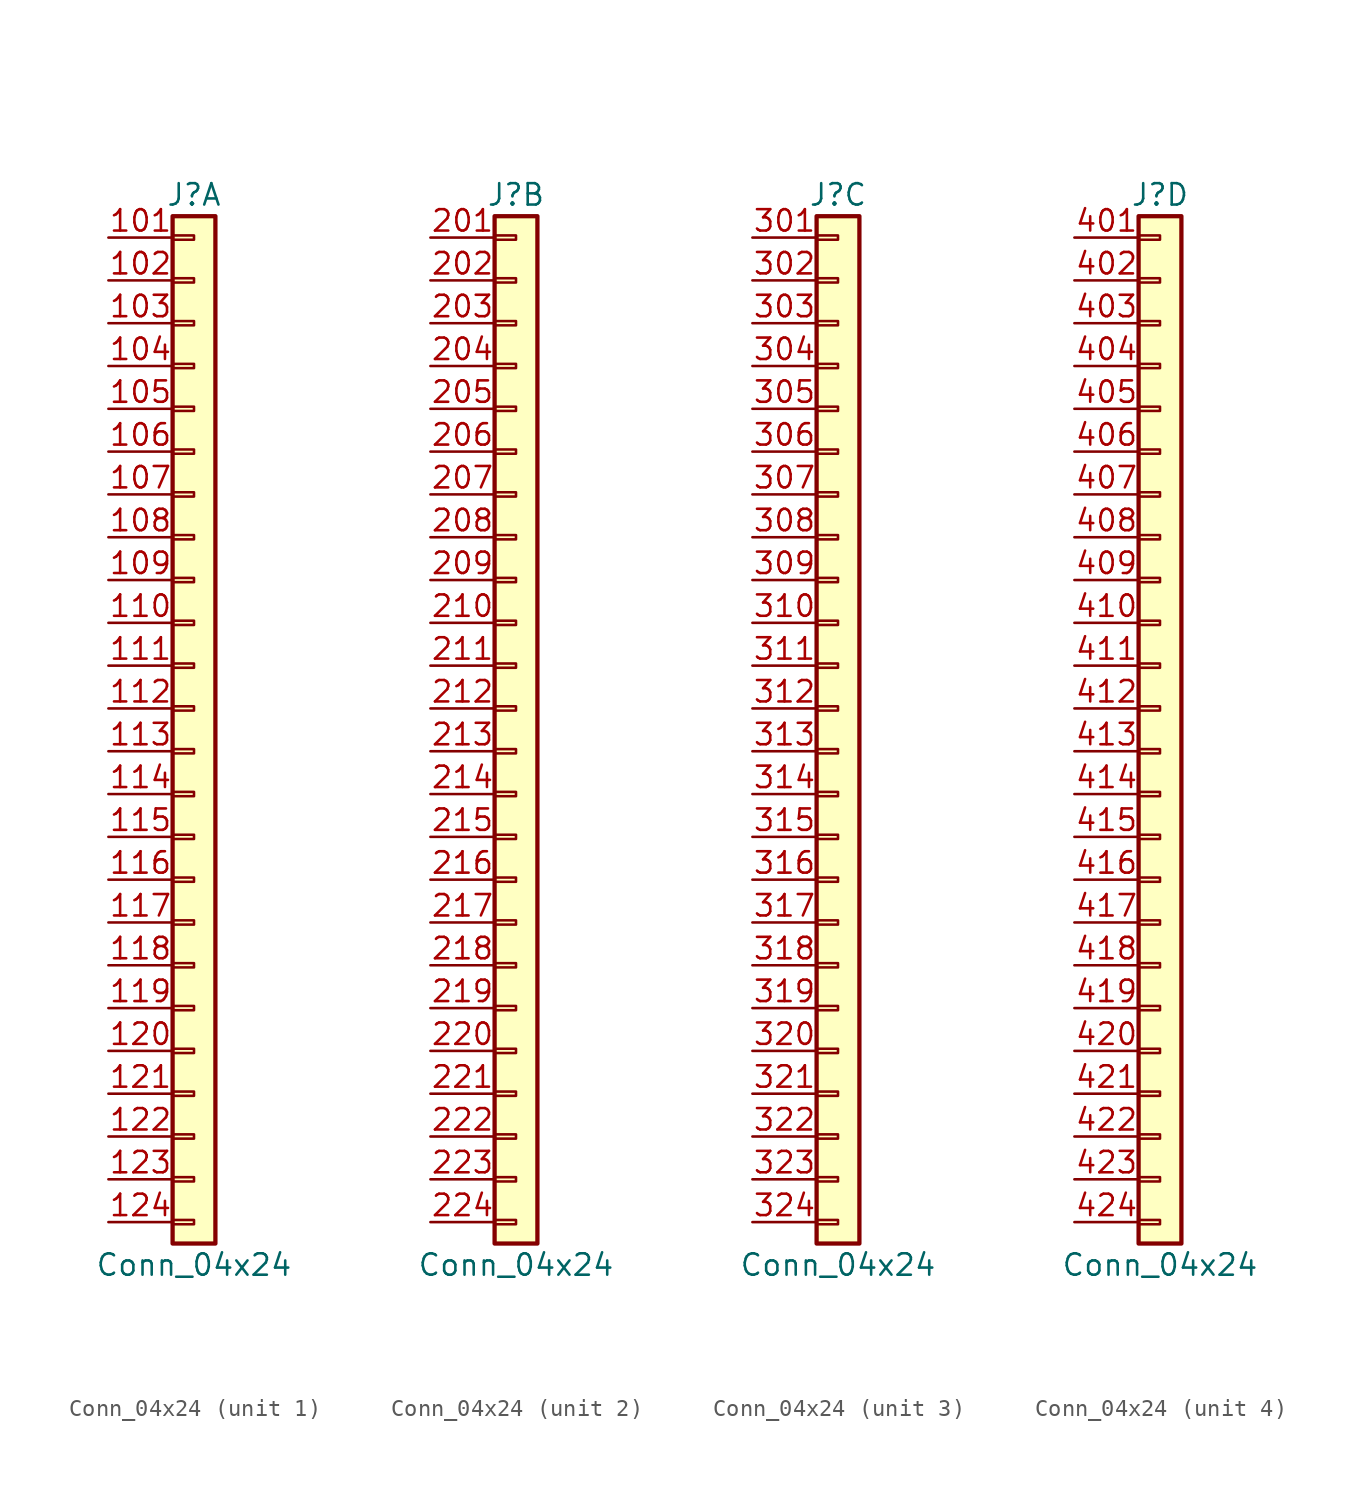
<source format=kicad_sym>
(kicad_symbol_lib
  (version 20211014)
  (generator kicad_symbol_editor)
  (symbol "Conn_04x24"
    (pin_names
      (offset 1.016) hide)
    (property "Reference" "J"
      (at 0 30.48 0)
      (effects (font (size 1.27 1.27))))
    (property "Value" "Conn_04x24"
      (at 0 -33.02 0)
      (effects (font (size 1.27 1.27))))
    (symbol "Conn_04x24_1_1"
      (rectangle (start -1.27 -30.353) (end 0 -30.607) (stroke (width 0.152) (type default) (color 0 0 0 0)) (fill (type none)))
      (rectangle (start -1.27 -27.813) (end 0 -28.067) (stroke (width 0.152) (type default) (color 0 0 0 0)) (fill (type none)))
      (rectangle (start -1.27 -25.273) (end 0 -25.527) (stroke (width 0.152) (type default) (color 0 0 0 0)) (fill (type none)))
      (rectangle (start -1.27 -22.733) (end 0 -22.987) (stroke (width 0.152) (type default) (color 0 0 0 0)) (fill (type none)))
      (rectangle (start -1.27 -20.193) (end 0 -20.447) (stroke (width 0.152) (type default) (color 0 0 0 0)) (fill (type none)))
      (rectangle (start -1.27 -17.653) (end 0 -17.907) (stroke (width 0.152) (type default) (color 0 0 0 0)) (fill (type none)))
      (rectangle (start -1.27 -15.113) (end 0 -15.367) (stroke (width 0.152) (type default) (color 0 0 0 0)) (fill (type none)))
      (rectangle (start -1.27 -12.573) (end 0 -12.827) (stroke (width 0.152) (type default) (color 0 0 0 0)) (fill (type none)))
      (rectangle (start -1.27 -10.033) (end 0 -10.287) (stroke (width 0.152) (type default) (color 0 0 0 0)) (fill (type none)))
      (rectangle (start -1.27 -7.493) (end 0 -7.747) (stroke (width 0.152) (type default) (color 0 0 0 0)) (fill (type none)))
      (rectangle (start -1.27 -4.953) (end 0 -5.207) (stroke (width 0.152) (type default) (color 0 0 0 0)) (fill (type none)))
      (rectangle (start -1.27 -2.413) (end 0 -2.667) (stroke (width 0.152) (type default) (color 0 0 0 0)) (fill (type none)))
      (rectangle (start -1.27 0.127) (end 0 -0.127) (stroke (width 0.152) (type default) (color 0 0 0 0)) (fill (type none)))
      (rectangle (start -1.27 2.667) (end 0 2.413) (stroke (width 0.152) (type default) (color 0 0 0 0)) (fill (type none)))
      (rectangle (start -1.27 5.207) (end 0 4.953) (stroke (width 0.152) (type default) (color 0 0 0 0)) (fill (type none)))
      (rectangle (start -1.27 7.747) (end 0 7.493) (stroke (width 0.152) (type default) (color 0 0 0 0)) (fill (type none)))
      (rectangle (start -1.27 10.287) (end 0 10.033) (stroke (width 0.152) (type default) (color 0 0 0 0)) (fill (type none)))
      (rectangle (start -1.27 12.827) (end 0 12.573) (stroke (width 0.152) (type default) (color 0 0 0 0)) (fill (type none)))
      (rectangle (start -1.27 15.367) (end 0 15.113) (stroke (width 0.152) (type default) (color 0 0 0 0)) (fill (type none)))
      (rectangle (start -1.27 17.907) (end 0 17.653) (stroke (width 0.152) (type default) (color 0 0 0 0)) (fill (type none)))
      (rectangle (start -1.27 20.447) (end 0 20.193) (stroke (width 0.152) (type default) (color 0 0 0 0)) (fill (type none)))
      (rectangle (start -1.27 22.987) (end 0 22.733) (stroke (width 0.152) (type default) (color 0 0 0 0)) (fill (type none)))
      (rectangle (start -1.27 25.527) (end 0 25.273) (stroke (width 0.152) (type default) (color 0 0 0 0)) (fill (type none)))
      (rectangle (start -1.27 28.067) (end 0 27.813) (stroke (width 0.152) (type default) (color 0 0 0 0)) (fill (type none)))
      (rectangle (start -1.27 29.21) (end 1.27 -31.75) (stroke (width 0.254) (type default) (color 0 0 0 0)) (fill (type background)))
      (pin passive line (at -5.08 27.94 0) (length 3.81) (name "Pin_101" (effects (font (size 1.27 1.27)))) (number "101" (effects (font (size 1.27 1.27)))))
      (pin passive line (at -5.08 25.4 0) (length 3.81) (name "Pin_102" (effects (font (size 1.27 1.27)))) (number "102" (effects (font (size 1.27 1.27)))))
      (pin passive line (at -5.08 22.86 0) (length 3.81) (name "Pin_103" (effects (font (size 1.27 1.27)))) (number "103" (effects (font (size 1.27 1.27)))))
      (pin passive line (at -5.08 20.32 0) (length 3.81) (name "Pin_104" (effects (font (size 1.27 1.27)))) (number "104" (effects (font (size 1.27 1.27)))))
      (pin passive line (at -5.08 17.78 0) (length 3.81) (name "Pin_105" (effects (font (size 1.27 1.27)))) (number "105" (effects (font (size 1.27 1.27)))))
      (pin passive line (at -5.08 15.24 0) (length 3.81) (name "Pin_106" (effects (font (size 1.27 1.27)))) (number "106" (effects (font (size 1.27 1.27)))))
      (pin passive line (at -5.08 12.7 0) (length 3.81) (name "Pin_107" (effects (font (size 1.27 1.27)))) (number "107" (effects (font (size 1.27 1.27)))))
      (pin passive line (at -5.08 10.16 0) (length 3.81) (name "Pin_108" (effects (font (size 1.27 1.27)))) (number "108" (effects (font (size 1.27 1.27)))))
      (pin passive line (at -5.08 7.62 0) (length 3.81) (name "Pin_109" (effects (font (size 1.27 1.27)))) (number "109" (effects (font (size 1.27 1.27)))))
      (pin passive line (at -5.08 5.08 0) (length 3.81) (name "Pin_110" (effects (font (size 1.27 1.27)))) (number "110" (effects (font (size 1.27 1.27)))))
      (pin passive line (at -5.08 2.54 0) (length 3.81) (name "Pin_111" (effects (font (size 1.27 1.27)))) (number "111" (effects (font (size 1.27 1.27)))))
      (pin passive line (at -5.08 0 0) (length 3.81) (name "Pin_112" (effects (font (size 1.27 1.27)))) (number "112" (effects (font (size 1.27 1.27)))))
      (pin passive line (at -5.08 -2.54 0) (length 3.81) (name "Pin_113" (effects (font (size 1.27 1.27)))) (number "113" (effects (font (size 1.27 1.27)))))
      (pin passive line (at -5.08 -5.08 0) (length 3.81) (name "Pin_114" (effects (font (size 1.27 1.27)))) (number "114" (effects (font (size 1.27 1.27)))))
      (pin passive line (at -5.08 -7.62 0) (length 3.81) (name "Pin_115" (effects (font (size 1.27 1.27)))) (number "115" (effects (font (size 1.27 1.27)))))
      (pin passive line (at -5.08 -10.16 0) (length 3.81) (name "Pin_116" (effects (font (size 1.27 1.27)))) (number "116" (effects (font (size 1.27 1.27)))))
      (pin passive line (at -5.08 -12.7 0) (length 3.81) (name "Pin_117" (effects (font (size 1.27 1.27)))) (number "117" (effects (font (size 1.27 1.27)))))
      (pin passive line (at -5.08 -15.24 0) (length 3.81) (name "Pin_118" (effects (font (size 1.27 1.27)))) (number "118" (effects (font (size 1.27 1.27)))))
      (pin passive line (at -5.08 -17.78 0) (length 3.81) (name "Pin_119" (effects (font (size 1.27 1.27)))) (number "119" (effects (font (size 1.27 1.27)))))
      (pin passive line (at -5.08 -20.32 0) (length 3.81) (name "Pin_120" (effects (font (size 1.27 1.27)))) (number "120" (effects (font (size 1.27 1.27)))))
      (pin passive line (at -5.08 -22.86 0) (length 3.81) (name "Pin_121" (effects (font (size 1.27 1.27)))) (number "121" (effects (font (size 1.27 1.27)))))
      (pin passive line (at -5.08 -25.4 0) (length 3.81) (name "Pin_122" (effects (font (size 1.27 1.27)))) (number "122" (effects (font (size 1.27 1.27)))))
      (pin passive line (at -5.08 -27.94 0) (length 3.81) (name "Pin_123" (effects (font (size 1.27 1.27)))) (number "123" (effects (font (size 1.27 1.27)))))
      (pin passive line (at -5.08 -30.48 0) (length 3.81) (name "Pin_124" (effects (font (size 1.27 1.27)))) (number "124" (effects (font (size 1.27 1.27))))))
    (symbol "Conn_04x24_2_1"
      (rectangle (start -1.27 -30.353) (end 0 -30.607) (stroke (width 0.152) (type default) (color 0 0 0 0)) (fill (type none)))
      (rectangle (start -1.27 -27.813) (end 0 -28.067) (stroke (width 0.152) (type default) (color 0 0 0 0)) (fill (type none)))
      (rectangle (start -1.27 -25.273) (end 0 -25.527) (stroke (width 0.152) (type default) (color 0 0 0 0)) (fill (type none)))
      (rectangle (start -1.27 -22.733) (end 0 -22.987) (stroke (width 0.152) (type default) (color 0 0 0 0)) (fill (type none)))
      (rectangle (start -1.27 -20.193) (end 0 -20.447) (stroke (width 0.152) (type default) (color 0 0 0 0)) (fill (type none)))
      (rectangle (start -1.27 -17.653) (end 0 -17.907) (stroke (width 0.152) (type default) (color 0 0 0 0)) (fill (type none)))
      (rectangle (start -1.27 -15.113) (end 0 -15.367) (stroke (width 0.152) (type default) (color 0 0 0 0)) (fill (type none)))
      (rectangle (start -1.27 -12.573) (end 0 -12.827) (stroke (width 0.152) (type default) (color 0 0 0 0)) (fill (type none)))
      (rectangle (start -1.27 -10.033) (end 0 -10.287) (stroke (width 0.152) (type default) (color 0 0 0 0)) (fill (type none)))
      (rectangle (start -1.27 -7.493) (end 0 -7.747) (stroke (width 0.152) (type default) (color 0 0 0 0)) (fill (type none)))
      (rectangle (start -1.27 -4.953) (end 0 -5.207) (stroke (width 0.152) (type default) (color 0 0 0 0)) (fill (type none)))
      (rectangle (start -1.27 -2.413) (end 0 -2.667) (stroke (width 0.152) (type default) (color 0 0 0 0)) (fill (type none)))
      (rectangle (start -1.27 0.127) (end 0 -0.127) (stroke (width 0.152) (type default) (color 0 0 0 0)) (fill (type none)))
      (rectangle (start -1.27 2.667) (end 0 2.413) (stroke (width 0.152) (type default) (color 0 0 0 0)) (fill (type none)))
      (rectangle (start -1.27 5.207) (end 0 4.953) (stroke (width 0.152) (type default) (color 0 0 0 0)) (fill (type none)))
      (rectangle (start -1.27 7.747) (end 0 7.493) (stroke (width 0.152) (type default) (color 0 0 0 0)) (fill (type none)))
      (rectangle (start -1.27 10.287) (end 0 10.033) (stroke (width 0.152) (type default) (color 0 0 0 0)) (fill (type none)))
      (rectangle (start -1.27 12.827) (end 0 12.573) (stroke (width 0.152) (type default) (color 0 0 0 0)) (fill (type none)))
      (rectangle (start -1.27 15.367) (end 0 15.113) (stroke (width 0.152) (type default) (color 0 0 0 0)) (fill (type none)))
      (rectangle (start -1.27 17.907) (end 0 17.653) (stroke (width 0.152) (type default) (color 0 0 0 0)) (fill (type none)))
      (rectangle (start -1.27 20.447) (end 0 20.193) (stroke (width 0.152) (type default) (color 0 0 0 0)) (fill (type none)))
      (rectangle (start -1.27 22.987) (end 0 22.733) (stroke (width 0.152) (type default) (color 0 0 0 0)) (fill (type none)))
      (rectangle (start -1.27 25.527) (end 0 25.273) (stroke (width 0.152) (type default) (color 0 0 0 0)) (fill (type none)))
      (rectangle (start -1.27 28.067) (end 0 27.813) (stroke (width 0.152) (type default) (color 0 0 0 0)) (fill (type none)))
      (rectangle (start -1.27 29.21) (end 1.27 -31.75) (stroke (width 0.254) (type default) (color 0 0 0 0)) (fill (type background)))
      (pin passive line (at -5.08 27.94 0) (length 3.81) (name "Pin_201" (effects (font (size 1.27 1.27)))) (number "201" (effects (font (size 1.27 1.27)))))
      (pin passive line (at -5.08 25.4 0) (length 3.81) (name "Pin_202" (effects (font (size 1.27 1.27)))) (number "202" (effects (font (size 1.27 1.27)))))
      (pin passive line (at -5.08 22.86 0) (length 3.81) (name "Pin_203" (effects (font (size 1.27 1.27)))) (number "203" (effects (font (size 1.27 1.27)))))
      (pin passive line (at -5.08 20.32 0) (length 3.81) (name "Pin_204" (effects (font (size 1.27 1.27)))) (number "204" (effects (font (size 1.27 1.27)))))
      (pin passive line (at -5.08 17.78 0) (length 3.81) (name "Pin_205" (effects (font (size 1.27 1.27)))) (number "205" (effects (font (size 1.27 1.27)))))
      (pin passive line (at -5.08 15.24 0) (length 3.81) (name "Pin_206" (effects (font (size 1.27 1.27)))) (number "206" (effects (font (size 1.27 1.27)))))
      (pin passive line (at -5.08 12.7 0) (length 3.81) (name "Pin_207" (effects (font (size 1.27 1.27)))) (number "207" (effects (font (size 1.27 1.27)))))
      (pin passive line (at -5.08 10.16 0) (length 3.81) (name "Pin_208" (effects (font (size 1.27 1.27)))) (number "208" (effects (font (size 1.27 1.27)))))
      (pin passive line (at -5.08 7.62 0) (length 3.81) (name "Pin_209" (effects (font (size 1.27 1.27)))) (number "209" (effects (font (size 1.27 1.27)))))
      (pin passive line (at -5.08 5.08 0) (length 3.81) (name "Pin_210" (effects (font (size 1.27 1.27)))) (number "210" (effects (font (size 1.27 1.27)))))
      (pin passive line (at -5.08 2.54 0) (length 3.81) (name "Pin_211" (effects (font (size 1.27 1.27)))) (number "211" (effects (font (size 1.27 1.27)))))
      (pin passive line (at -5.08 0 0) (length 3.81) (name "Pin_212" (effects (font (size 1.27 1.27)))) (number "212" (effects (font (size 1.27 1.27)))))
      (pin passive line (at -5.08 -2.54 0) (length 3.81) (name "Pin_213" (effects (font (size 1.27 1.27)))) (number "213" (effects (font (size 1.27 1.27)))))
      (pin passive line (at -5.08 -5.08 0) (length 3.81) (name "Pin_214" (effects (font (size 1.27 1.27)))) (number "214" (effects (font (size 1.27 1.27)))))
      (pin passive line (at -5.08 -7.62 0) (length 3.81) (name "Pin_215" (effects (font (size 1.27 1.27)))) (number "215" (effects (font (size 1.27 1.27)))))
      (pin passive line (at -5.08 -10.16 0) (length 3.81) (name "Pin_216" (effects (font (size 1.27 1.27)))) (number "216" (effects (font (size 1.27 1.27)))))
      (pin passive line (at -5.08 -12.7 0) (length 3.81) (name "Pin_217" (effects (font (size 1.27 1.27)))) (number "217" (effects (font (size 1.27 1.27)))))
      (pin passive line (at -5.08 -15.24 0) (length 3.81) (name "Pin_218" (effects (font (size 1.27 1.27)))) (number "218" (effects (font (size 1.27 1.27)))))
      (pin passive line (at -5.08 -17.78 0) (length 3.81) (name "Pin_219" (effects (font (size 1.27 1.27)))) (number "219" (effects (font (size 1.27 1.27)))))
      (pin passive line (at -5.08 -20.32 0) (length 3.81) (name "Pin_220" (effects (font (size 1.27 1.27)))) (number "220" (effects (font (size 1.27 1.27)))))
      (pin passive line (at -5.08 -22.86 0) (length 3.81) (name "Pin_221" (effects (font (size 1.27 1.27)))) (number "221" (effects (font (size 1.27 1.27)))))
      (pin passive line (at -5.08 -25.4 0) (length 3.81) (name "Pin_222" (effects (font (size 1.27 1.27)))) (number "222" (effects (font (size 1.27 1.27)))))
      (pin passive line (at -5.08 -27.94 0) (length 3.81) (name "Pin_223" (effects (font (size 1.27 1.27)))) (number "223" (effects (font (size 1.27 1.27)))))
      (pin passive line (at -5.08 -30.48 0) (length 3.81) (name "Pin_224" (effects (font (size 1.27 1.27)))) (number "224" (effects (font (size 1.27 1.27))))))
    (symbol "Conn_04x24_3_1"
      (rectangle (start -1.27 -30.353) (end 0 -30.607) (stroke (width 0.152) (type default) (color 0 0 0 0)) (fill (type none)))
      (rectangle (start -1.27 -27.813) (end 0 -28.067) (stroke (width 0.152) (type default) (color 0 0 0 0)) (fill (type none)))
      (rectangle (start -1.27 -25.273) (end 0 -25.527) (stroke (width 0.152) (type default) (color 0 0 0 0)) (fill (type none)))
      (rectangle (start -1.27 -22.733) (end 0 -22.987) (stroke (width 0.152) (type default) (color 0 0 0 0)) (fill (type none)))
      (rectangle (start -1.27 -20.193) (end 0 -20.447) (stroke (width 0.152) (type default) (color 0 0 0 0)) (fill (type none)))
      (rectangle (start -1.27 -17.653) (end 0 -17.907) (stroke (width 0.152) (type default) (color 0 0 0 0)) (fill (type none)))
      (rectangle (start -1.27 -15.113) (end 0 -15.367) (stroke (width 0.152) (type default) (color 0 0 0 0)) (fill (type none)))
      (rectangle (start -1.27 -12.573) (end 0 -12.827) (stroke (width 0.152) (type default) (color 0 0 0 0)) (fill (type none)))
      (rectangle (start -1.27 -10.033) (end 0 -10.287) (stroke (width 0.152) (type default) (color 0 0 0 0)) (fill (type none)))
      (rectangle (start -1.27 -7.493) (end 0 -7.747) (stroke (width 0.152) (type default) (color 0 0 0 0)) (fill (type none)))
      (rectangle (start -1.27 -4.953) (end 0 -5.207) (stroke (width 0.152) (type default) (color 0 0 0 0)) (fill (type none)))
      (rectangle (start -1.27 -2.413) (end 0 -2.667) (stroke (width 0.152) (type default) (color 0 0 0 0)) (fill (type none)))
      (rectangle (start -1.27 0.127) (end 0 -0.127) (stroke (width 0.152) (type default) (color 0 0 0 0)) (fill (type none)))
      (rectangle (start -1.27 2.667) (end 0 2.413) (stroke (width 0.152) (type default) (color 0 0 0 0)) (fill (type none)))
      (rectangle (start -1.27 5.207) (end 0 4.953) (stroke (width 0.152) (type default) (color 0 0 0 0)) (fill (type none)))
      (rectangle (start -1.27 7.747) (end 0 7.493) (stroke (width 0.152) (type default) (color 0 0 0 0)) (fill (type none)))
      (rectangle (start -1.27 10.287) (end 0 10.033) (stroke (width 0.152) (type default) (color 0 0 0 0)) (fill (type none)))
      (rectangle (start -1.27 12.827) (end 0 12.573) (stroke (width 0.152) (type default) (color 0 0 0 0)) (fill (type none)))
      (rectangle (start -1.27 15.367) (end 0 15.113) (stroke (width 0.152) (type default) (color 0 0 0 0)) (fill (type none)))
      (rectangle (start -1.27 17.907) (end 0 17.653) (stroke (width 0.152) (type default) (color 0 0 0 0)) (fill (type none)))
      (rectangle (start -1.27 20.447) (end 0 20.193) (stroke (width 0.152) (type default) (color 0 0 0 0)) (fill (type none)))
      (rectangle (start -1.27 22.987) (end 0 22.733) (stroke (width 0.152) (type default) (color 0 0 0 0)) (fill (type none)))
      (rectangle (start -1.27 25.527) (end 0 25.273) (stroke (width 0.152) (type default) (color 0 0 0 0)) (fill (type none)))
      (rectangle (start -1.27 28.067) (end 0 27.813) (stroke (width 0.152) (type default) (color 0 0 0 0)) (fill (type none)))
      (rectangle (start -1.27 29.21) (end 1.27 -31.75) (stroke (width 0.254) (type default) (color 0 0 0 0)) (fill (type background)))
      (pin passive line (at -5.08 27.94 0) (length 3.81) (name "Pin_301" (effects (font (size 1.27 1.27)))) (number "301" (effects (font (size 1.27 1.27)))))
      (pin passive line (at -5.08 25.4 0) (length 3.81) (name "Pin_302" (effects (font (size 1.27 1.27)))) (number "302" (effects (font (size 1.27 1.27)))))
      (pin passive line (at -5.08 22.86 0) (length 3.81) (name "Pin_303" (effects (font (size 1.27 1.27)))) (number "303" (effects (font (size 1.27 1.27)))))
      (pin passive line (at -5.08 20.32 0) (length 3.81) (name "Pin_304" (effects (font (size 1.27 1.27)))) (number "304" (effects (font (size 1.27 1.27)))))
      (pin passive line (at -5.08 17.78 0) (length 3.81) (name "Pin_305" (effects (font (size 1.27 1.27)))) (number "305" (effects (font (size 1.27 1.27)))))
      (pin passive line (at -5.08 15.24 0) (length 3.81) (name "Pin_306" (effects (font (size 1.27 1.27)))) (number "306" (effects (font (size 1.27 1.27)))))
      (pin passive line (at -5.08 12.7 0) (length 3.81) (name "Pin_307" (effects (font (size 1.27 1.27)))) (number "307" (effects (font (size 1.27 1.27)))))
      (pin passive line (at -5.08 10.16 0) (length 3.81) (name "Pin_308" (effects (font (size 1.27 1.27)))) (number "308" (effects (font (size 1.27 1.27)))))
      (pin passive line (at -5.08 7.62 0) (length 3.81) (name "Pin_309" (effects (font (size 1.27 1.27)))) (number "309" (effects (font (size 1.27 1.27)))))
      (pin passive line (at -5.08 5.08 0) (length 3.81) (name "Pin_310" (effects (font (size 1.27 1.27)))) (number "310" (effects (font (size 1.27 1.27)))))
      (pin passive line (at -5.08 2.54 0) (length 3.81) (name "Pin_311" (effects (font (size 1.27 1.27)))) (number "311" (effects (font (size 1.27 1.27)))))
      (pin passive line (at -5.08 0 0) (length 3.81) (name "Pin_312" (effects (font (size 1.27 1.27)))) (number "312" (effects (font (size 1.27 1.27)))))
      (pin passive line (at -5.08 -2.54 0) (length 3.81) (name "Pin_313" (effects (font (size 1.27 1.27)))) (number "313" (effects (font (size 1.27 1.27)))))
      (pin passive line (at -5.08 -5.08 0) (length 3.81) (name "Pin_314" (effects (font (size 1.27 1.27)))) (number "314" (effects (font (size 1.27 1.27)))))
      (pin passive line (at -5.08 -7.62 0) (length 3.81) (name "Pin_315" (effects (font (size 1.27 1.27)))) (number "315" (effects (font (size 1.27 1.27)))))
      (pin passive line (at -5.08 -10.16 0) (length 3.81) (name "Pin_316" (effects (font (size 1.27 1.27)))) (number "316" (effects (font (size 1.27 1.27)))))
      (pin passive line (at -5.08 -12.7 0) (length 3.81) (name "Pin_317" (effects (font (size 1.27 1.27)))) (number "317" (effects (font (size 1.27 1.27)))))
      (pin passive line (at -5.08 -15.24 0) (length 3.81) (name "Pin_318" (effects (font (size 1.27 1.27)))) (number "318" (effects (font (size 1.27 1.27)))))
      (pin passive line (at -5.08 -17.78 0) (length 3.81) (name "Pin_319" (effects (font (size 1.27 1.27)))) (number "319" (effects (font (size 1.27 1.27)))))
      (pin passive line (at -5.08 -20.32 0) (length 3.81) (name "Pin_320" (effects (font (size 1.27 1.27)))) (number "320" (effects (font (size 1.27 1.27)))))
      (pin passive line (at -5.08 -22.86 0) (length 3.81) (name "Pin_321" (effects (font (size 1.27 1.27)))) (number "321" (effects (font (size 1.27 1.27)))))
      (pin passive line (at -5.08 -25.4 0) (length 3.81) (name "Pin_322" (effects (font (size 1.27 1.27)))) (number "322" (effects (font (size 1.27 1.27)))))
      (pin passive line (at -5.08 -27.94 0) (length 3.81) (name "Pin_323" (effects (font (size 1.27 1.27)))) (number "323" (effects (font (size 1.27 1.27)))))
      (pin passive line (at -5.08 -30.48 0) (length 3.81) (name "Pin_324" (effects (font (size 1.27 1.27)))) (number "324" (effects (font (size 1.27 1.27))))))
    (symbol "Conn_04x24_4_1"
      (rectangle (start -1.27 -30.353) (end 0 -30.607) (stroke (width 0.152) (type default) (color 0 0 0 0)) (fill (type none)))
      (rectangle (start -1.27 -27.813) (end 0 -28.067) (stroke (width 0.152) (type default) (color 0 0 0 0)) (fill (type none)))
      (rectangle (start -1.27 -25.273) (end 0 -25.527) (stroke (width 0.152) (type default) (color 0 0 0 0)) (fill (type none)))
      (rectangle (start -1.27 -22.733) (end 0 -22.987) (stroke (width 0.152) (type default) (color 0 0 0 0)) (fill (type none)))
      (rectangle (start -1.27 -20.193) (end 0 -20.447) (stroke (width 0.152) (type default) (color 0 0 0 0)) (fill (type none)))
      (rectangle (start -1.27 -17.653) (end 0 -17.907) (stroke (width 0.152) (type default) (color 0 0 0 0)) (fill (type none)))
      (rectangle (start -1.27 -15.113) (end 0 -15.367) (stroke (width 0.152) (type default) (color 0 0 0 0)) (fill (type none)))
      (rectangle (start -1.27 -12.573) (end 0 -12.827) (stroke (width 0.152) (type default) (color 0 0 0 0)) (fill (type none)))
      (rectangle (start -1.27 -10.033) (end 0 -10.287) (stroke (width 0.152) (type default) (color 0 0 0 0)) (fill (type none)))
      (rectangle (start -1.27 -7.493) (end 0 -7.747) (stroke (width 0.152) (type default) (color 0 0 0 0)) (fill (type none)))
      (rectangle (start -1.27 -4.953) (end 0 -5.207) (stroke (width 0.152) (type default) (color 0 0 0 0)) (fill (type none)))
      (rectangle (start -1.27 -2.413) (end 0 -2.667) (stroke (width 0.152) (type default) (color 0 0 0 0)) (fill (type none)))
      (rectangle (start -1.27 0.127) (end 0 -0.127) (stroke (width 0.152) (type default) (color 0 0 0 0)) (fill (type none)))
      (rectangle (start -1.27 2.667) (end 0 2.413) (stroke (width 0.152) (type default) (color 0 0 0 0)) (fill (type none)))
      (rectangle (start -1.27 5.207) (end 0 4.953) (stroke (width 0.152) (type default) (color 0 0 0 0)) (fill (type none)))
      (rectangle (start -1.27 7.747) (end 0 7.493) (stroke (width 0.152) (type default) (color 0 0 0 0)) (fill (type none)))
      (rectangle (start -1.27 10.287) (end 0 10.033) (stroke (width 0.152) (type default) (color 0 0 0 0)) (fill (type none)))
      (rectangle (start -1.27 12.827) (end 0 12.573) (stroke (width 0.152) (type default) (color 0 0 0 0)) (fill (type none)))
      (rectangle (start -1.27 15.367) (end 0 15.113) (stroke (width 0.152) (type default) (color 0 0 0 0)) (fill (type none)))
      (rectangle (start -1.27 17.907) (end 0 17.653) (stroke (width 0.152) (type default) (color 0 0 0 0)) (fill (type none)))
      (rectangle (start -1.27 20.447) (end 0 20.193) (stroke (width 0.152) (type default) (color 0 0 0 0)) (fill (type none)))
      (rectangle (start -1.27 22.987) (end 0 22.733) (stroke (width 0.152) (type default) (color 0 0 0 0)) (fill (type none)))
      (rectangle (start -1.27 25.527) (end 0 25.273) (stroke (width 0.152) (type default) (color 0 0 0 0)) (fill (type none)))
      (rectangle (start -1.27 28.067) (end 0 27.813) (stroke (width 0.152) (type default) (color 0 0 0 0)) (fill (type none)))
      (rectangle (start -1.27 29.21) (end 1.27 -31.75) (stroke (width 0.254) (type default) (color 0 0 0 0)) (fill (type background)))
      (pin passive line (at -5.08 27.94 0) (length 3.81) (name "Pin_401" (effects (font (size 1.27 1.27)))) (number "401" (effects (font (size 1.27 1.27)))))
      (pin passive line (at -5.08 25.4 0) (length 3.81) (name "Pin_402" (effects (font (size 1.27 1.27)))) (number "402" (effects (font (size 1.27 1.27)))))
      (pin passive line (at -5.08 22.86 0) (length 3.81) (name "Pin_403" (effects (font (size 1.27 1.27)))) (number "403" (effects (font (size 1.27 1.27)))))
      (pin passive line (at -5.08 20.32 0) (length 3.81) (name "Pin_404" (effects (font (size 1.27 1.27)))) (number "404" (effects (font (size 1.27 1.27)))))
      (pin passive line (at -5.08 17.78 0) (length 3.81) (name "Pin_405" (effects (font (size 1.27 1.27)))) (number "405" (effects (font (size 1.27 1.27)))))
      (pin passive line (at -5.08 15.24 0) (length 3.81) (name "Pin_406" (effects (font (size 1.27 1.27)))) (number "406" (effects (font (size 1.27 1.27)))))
      (pin passive line (at -5.08 12.7 0) (length 3.81) (name "Pin_407" (effects (font (size 1.27 1.27)))) (number "407" (effects (font (size 1.27 1.27)))))
      (pin passive line (at -5.08 10.16 0) (length 3.81) (name "Pin_408" (effects (font (size 1.27 1.27)))) (number "408" (effects (font (size 1.27 1.27)))))
      (pin passive line (at -5.08 7.62 0) (length 3.81) (name "Pin_409" (effects (font (size 1.27 1.27)))) (number "409" (effects (font (size 1.27 1.27)))))
      (pin passive line (at -5.08 5.08 0) (length 3.81) (name "Pin_410" (effects (font (size 1.27 1.27)))) (number "410" (effects (font (size 1.27 1.27)))))
      (pin passive line (at -5.08 2.54 0) (length 3.81) (name "Pin_411" (effects (font (size 1.27 1.27)))) (number "411" (effects (font (size 1.27 1.27)))))
      (pin passive line (at -5.08 0 0) (length 3.81) (name "Pin_412" (effects (font (size 1.27 1.27)))) (number "412" (effects (font (size 1.27 1.27)))))
      (pin passive line (at -5.08 -2.54 0) (length 3.81) (name "Pin_413" (effects (font (size 1.27 1.27)))) (number "413" (effects (font (size 1.27 1.27)))))
      (pin passive line (at -5.08 -5.08 0) (length 3.81) (name "Pin_414" (effects (font (size 1.27 1.27)))) (number "414" (effects (font (size 1.27 1.27)))))
      (pin passive line (at -5.08 -7.62 0) (length 3.81) (name "Pin_415" (effects (font (size 1.27 1.27)))) (number "415" (effects (font (size 1.27 1.27)))))
      (pin passive line (at -5.08 -10.16 0) (length 3.81) (name "Pin_416" (effects (font (size 1.27 1.27)))) (number "416" (effects (font (size 1.27 1.27)))))
      (pin passive line (at -5.08 -12.7 0) (length 3.81) (name "Pin_417" (effects (font (size 1.27 1.27)))) (number "417" (effects (font (size 1.27 1.27)))))
      (pin passive line (at -5.08 -15.24 0) (length 3.81) (name "Pin_418" (effects (font (size 1.27 1.27)))) (number "418" (effects (font (size 1.27 1.27)))))
      (pin passive line (at -5.08 -17.78 0) (length 3.81) (name "Pin_419" (effects (font (size 1.27 1.27)))) (number "419" (effects (font (size 1.27 1.27)))))
      (pin passive line (at -5.08 -20.32 0) (length 3.81) (name "Pin_420" (effects (font (size 1.27 1.27)))) (number "420" (effects (font (size 1.27 1.27)))))
      (pin passive line (at -5.08 -22.86 0) (length 3.81) (name "Pin_421" (effects (font (size 1.27 1.27)))) (number "421" (effects (font (size 1.27 1.27)))))
      (pin passive line (at -5.08 -25.4 0) (length 3.81) (name "Pin_422" (effects (font (size 1.27 1.27)))) (number "422" (effects (font (size 1.27 1.27)))))
      (pin passive line (at -5.08 -27.94 0) (length 3.81) (name "Pin_423" (effects (font (size 1.27 1.27)))) (number "423" (effects (font (size 1.27 1.27)))))
      (pin passive line (at -5.08 -30.48 0) (length 3.81) (name "Pin_424" (effects (font (size 1.27 1.27)))) (number "424" (effects (font (size 1.27 1.27))))))))
</source>
